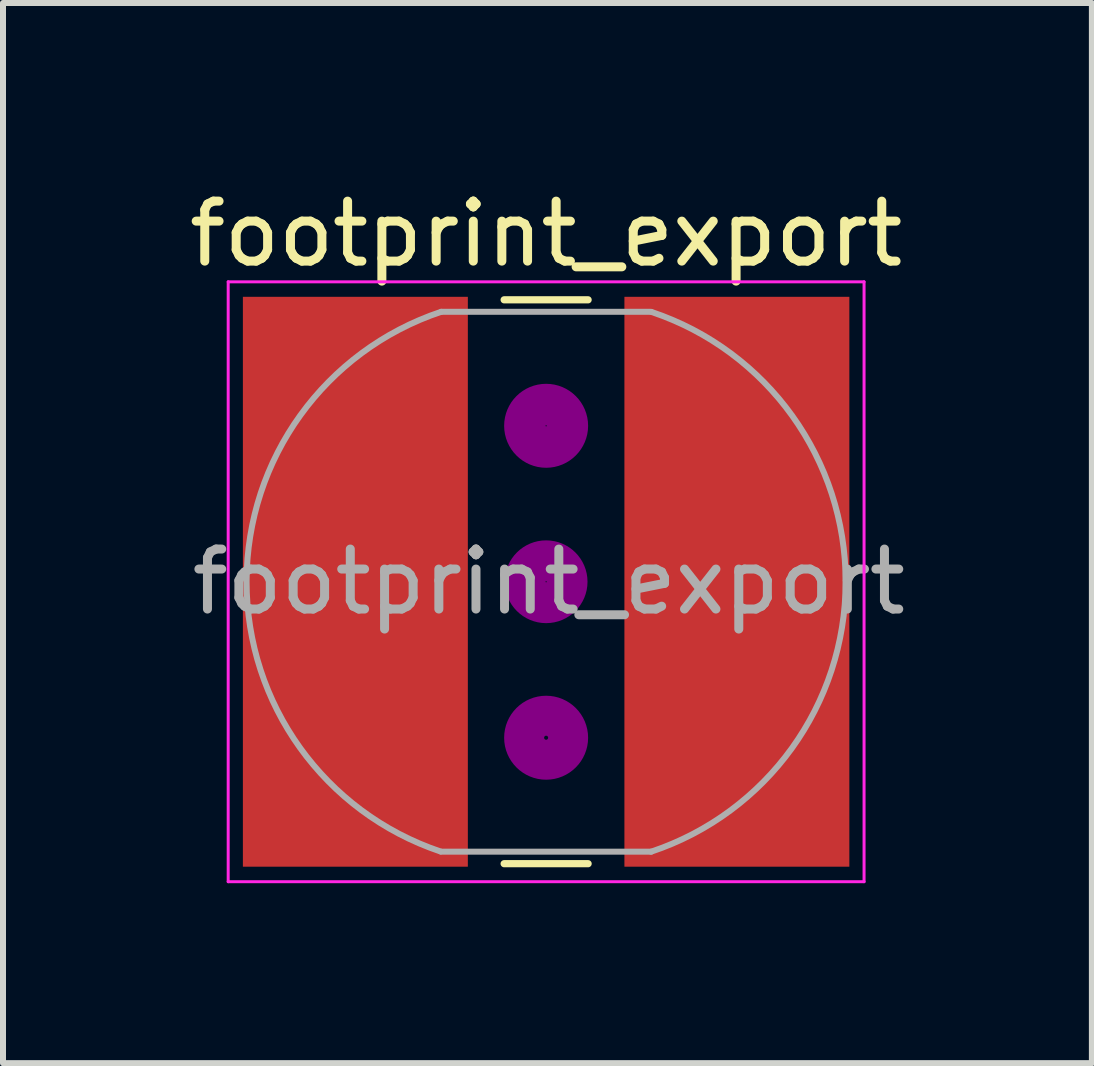
<source format=kicad_pcb>
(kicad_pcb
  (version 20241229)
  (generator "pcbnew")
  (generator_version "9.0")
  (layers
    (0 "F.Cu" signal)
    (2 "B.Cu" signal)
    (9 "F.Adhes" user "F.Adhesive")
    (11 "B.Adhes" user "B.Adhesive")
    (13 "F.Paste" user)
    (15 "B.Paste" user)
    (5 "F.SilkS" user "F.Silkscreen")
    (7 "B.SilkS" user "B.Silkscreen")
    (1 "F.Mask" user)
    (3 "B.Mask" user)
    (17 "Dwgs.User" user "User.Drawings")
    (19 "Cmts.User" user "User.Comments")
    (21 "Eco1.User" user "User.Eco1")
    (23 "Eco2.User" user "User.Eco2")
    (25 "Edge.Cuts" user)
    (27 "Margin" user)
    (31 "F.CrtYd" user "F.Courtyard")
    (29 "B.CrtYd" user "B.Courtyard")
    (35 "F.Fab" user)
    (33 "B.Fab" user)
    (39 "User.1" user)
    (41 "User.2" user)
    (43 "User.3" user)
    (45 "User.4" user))
  (footprint "footprint_export"
    (layer "F.Cu")
    (at 6.054 6.648)
    (property "Reference" "footprint_export" (at 0 -5.8 0) (layer "F.SilkS") (effects (font (size 1 1) (thickness 0.15))))
    (attr smd)
    (fp_line (start -0.7 -4.7) (end 0.7 -4.7) (stroke (width 0.12) (type solid)) (layer "F.SilkS"))
    (fp_line (start -0.7 4.7) (end 0.7 4.7) (stroke (width 0.12) (type solid)) (layer "F.SilkS"))
    (fp_circle (center 0 -2.6) (end 0.2 -2.6) (stroke (width 0.38) (type solid)) (fill no) (layer "F.Adhes"))
    (fp_circle (center 0 -2.6) (end 0.5 -2.5) (stroke (width 0.38) (type solid)) (fill no) (layer "F.Adhes"))
    (fp_circle (center 0 0) (end 0.2 0) (stroke (width 0.38) (type solid)) (fill no) (layer "F.Adhes"))
    (fp_circle (center 0 0) (end 0.5 0) (stroke (width 0.38) (type solid)) (fill no) (layer "F.Adhes"))
    (fp_circle (center 0 2.6) (end 0.1 2.8) (stroke (width 0.38) (type solid)) (fill no) (layer "F.Adhes"))
    (fp_circle (center 0 2.6) (end 0.5 2.7) (stroke (width 0.38) (type solid)) (fill no) (layer "F.Adhes"))
    (fp_line (start -5.3 -5) (end -5.3 5) (stroke (width 0.05) (type solid)) (layer "F.CrtYd"))
    (fp_line (start -5.3 5) (end 5.3 5) (stroke (width 0.05) (type solid)) (layer "F.CrtYd"))
    (fp_line (start 5.3 -5) (end -5.3 -5) (stroke (width 0.05) (type solid)) (layer "F.CrtYd"))
    (fp_line (start 5.3 5) (end 5.3 -5) (stroke (width 0.05) (type solid)) (layer "F.CrtYd"))
    (fp_line (start -1.75 4.5) (end 1.75 4.5) (stroke (width 0.1) (type solid)) (layer "F.Fab"))
    (fp_line (start 1.75 -4.5) (end -1.75 -4.5) (stroke (width 0.1) (type solid)) (layer "F.Fab"))
    (fp_arc (start -1.760214 4.496582) (mid -4.993413 -0.005385) (end -1.75 -4.5) (stroke (width 0.1) (type solid)) (layer "F.Fab"))
    (fp_arc (start 1.760214 -4.496582) (mid 4.993413 0.005385) (end 1.75 4.5) (stroke (width 0.1) (type solid)) (layer "F.Fab"))
    (fp_text user "${REFERENCE}" (at 0.045 0 0) (layer "F.Fab") (effects (font (size 1 1) (thickness 0.15))))
    (pad "1" smd rect (at -3.18 0) (size 3.75 9.5) (layers "F.Cu" "F.Mask" "F.Paste"))
    (pad "2" smd rect (at 3.18 0) (size 3.75 9.5) (layers "F.Cu" "F.Mask" "F.Paste")))
  (gr_rect
    (start -3 -3)
    (end 15.152 14.673)
    (stroke (width 0.1) (type default))
    (fill no)
    (layer "Edge.Cuts")))
</source>
